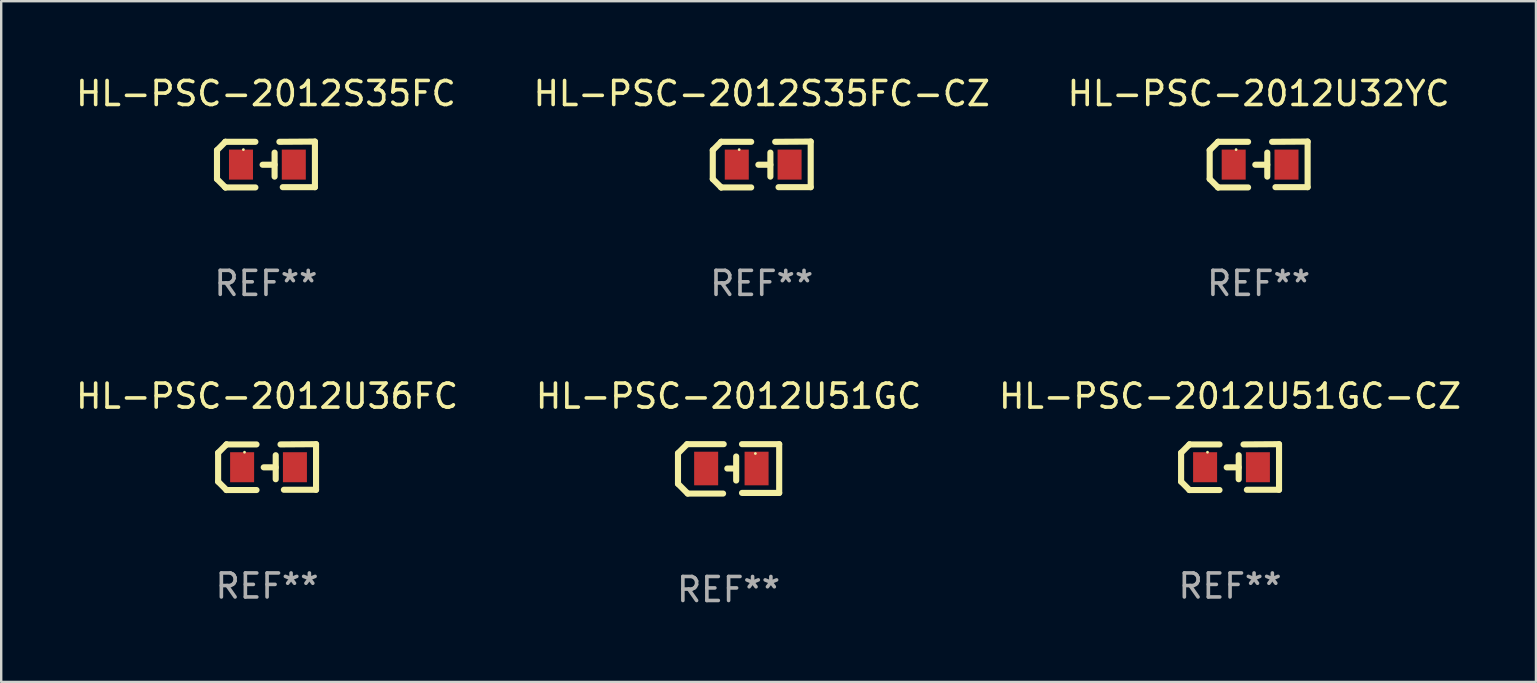
<source format=kicad_pcb>
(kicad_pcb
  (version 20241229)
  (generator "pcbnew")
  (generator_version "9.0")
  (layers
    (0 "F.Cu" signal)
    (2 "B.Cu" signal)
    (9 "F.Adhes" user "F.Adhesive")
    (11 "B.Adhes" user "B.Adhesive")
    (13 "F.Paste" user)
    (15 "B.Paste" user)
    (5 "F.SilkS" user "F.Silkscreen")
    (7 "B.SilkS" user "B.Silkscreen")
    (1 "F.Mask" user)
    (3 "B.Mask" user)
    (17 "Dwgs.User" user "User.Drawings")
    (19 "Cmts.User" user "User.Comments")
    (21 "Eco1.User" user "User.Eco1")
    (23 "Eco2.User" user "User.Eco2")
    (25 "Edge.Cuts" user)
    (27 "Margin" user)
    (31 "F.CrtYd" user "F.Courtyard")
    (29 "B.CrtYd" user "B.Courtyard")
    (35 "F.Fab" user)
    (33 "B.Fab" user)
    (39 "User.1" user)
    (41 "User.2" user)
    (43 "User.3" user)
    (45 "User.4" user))
  (footprint "HL-PSC-2012U36FC"
    (layer "F.Cu")
    (at 8.077 16.41)
    (property "Reference" "HL-PSC-2012U36FC" (at 0 -2.955 0) (layer "F.SilkS") (effects (font (size 1 1) (thickness 0.15))))
    (attr through_hole)
    (fp_line (start -2.04 -0.595) (end -2.04 0.605) (stroke (width 0.254) (type solid)) (layer "F.SilkS"))
    (fp_line (start -1.69 -0.945) (end -1.69 -0.945) (stroke (width 0.254) (type solid)) (layer "F.SilkS"))
    (fp_line (start -1.69 -0.945) (end -2.04 -0.595) (stroke (width 0.254) (type solid)) (layer "F.SilkS"))
    (fp_line (start -1.69 0.955) (end -2.04 0.605) (stroke (width 0.254) (type solid)) (layer "F.SilkS"))
    (fp_line (start -1.69 0.955) (end -1.69 0.955) (stroke (width 0.254) (type solid)) (layer "F.SilkS"))
    (fp_line (start -0.44 -0.945) (end -1.69 -0.945) (stroke (width 0.254) (type solid)) (layer "F.SilkS"))
    (fp_line (start -0.44 0.955) (end -1.69 0.955) (stroke (width 0.254) (type solid)) (layer "F.SilkS"))
    (fp_line (start 0.36 -0.495) (end 0.36 0.505) (stroke (width 0.254) (type solid)) (layer "F.SilkS"))
    (fp_line (start 0.36 0.01) (end -0.14 0.01) (stroke (width 0.254) (type solid)) (layer "F.SilkS"))
    (fp_line (start 0.56 -0.945) (end 2.04 -0.955) (stroke (width 0.254) (type solid)) (layer "F.SilkS"))
    (fp_line (start 0.7 0.945) (end 2.04 0.945) (stroke (width 0.254) (type solid)) (layer "F.SilkS"))
    (fp_line (start 2.04 -0.955) (end 2.04 0.945) (stroke (width 0.254) (type solid)) (layer "F.SilkS"))
    (fp_circle (center -0.94 -0.62) (end -0.91 -0.62) (stroke (width 0.06) (type solid)) (fill no) (layer "F.SilkS"))
    (fp_text user "REF**" (at 0 4.955 0) (layer "F.Fab") (effects (font (size 1 1) (thickness 0.15))))
    (pad "1" smd rect (at -1.04 0.005 180) (size 1 1.25) (layers "F.Cu" "F.Mask" "F.Paste"))
    (pad "2" smd rect (at 1.16 0.005 180) (size 1 1.25) (layers "F.Cu" "F.Mask" "F.Paste")))
  (footprint "HL-PSC-2012U51GC-CZ"
    (layer "F.Cu")
    (at 48.196 16.41)
    (property "Reference" "HL-PSC-2012U51GC-CZ" (at 0 -2.955 0) (layer "F.SilkS") (effects (font (size 1 1) (thickness 0.15))))
    (attr through_hole)
    (fp_line (start -2.04 -0.595) (end -2.04 0.605) (stroke (width 0.254) (type solid)) (layer "F.SilkS"))
    (fp_line (start -1.69 -0.945) (end -1.69 -0.945) (stroke (width 0.254) (type solid)) (layer "F.SilkS"))
    (fp_line (start -1.69 -0.945) (end -2.04 -0.595) (stroke (width 0.254) (type solid)) (layer "F.SilkS"))
    (fp_line (start -1.69 0.955) (end -2.04 0.605) (stroke (width 0.254) (type solid)) (layer "F.SilkS"))
    (fp_line (start -1.69 0.955) (end -1.69 0.955) (stroke (width 0.254) (type solid)) (layer "F.SilkS"))
    (fp_line (start -0.44 -0.945) (end -1.69 -0.945) (stroke (width 0.254) (type solid)) (layer "F.SilkS"))
    (fp_line (start -0.44 0.955) (end -1.69 0.955) (stroke (width 0.254) (type solid)) (layer "F.SilkS"))
    (fp_line (start 0.36 -0.495) (end 0.36 0.505) (stroke (width 0.254) (type solid)) (layer "F.SilkS"))
    (fp_line (start 0.36 0.01) (end -0.14 0.01) (stroke (width 0.254) (type solid)) (layer "F.SilkS"))
    (fp_line (start 0.56 -0.945) (end 2.04 -0.955) (stroke (width 0.254) (type solid)) (layer "F.SilkS"))
    (fp_line (start 0.7 0.945) (end 2.04 0.945) (stroke (width 0.254) (type solid)) (layer "F.SilkS"))
    (fp_line (start 2.04 -0.955) (end 2.04 0.945) (stroke (width 0.254) (type solid)) (layer "F.SilkS"))
    (fp_circle (center -0.94 -0.62) (end -0.91 -0.62) (stroke (width 0.06) (type solid)) (fill no) (layer "F.SilkS"))
    (fp_text user "REF**" (at 0 4.955 0) (layer "F.Fab") (effects (font (size 1 1) (thickness 0.15))))
    (pad "1" smd rect (at -1.04 0.005 180) (size 1 1.25) (layers "F.Cu" "F.Mask" "F.Paste"))
    (pad "2" smd rect (at 1.16 0.005 180) (size 1 1.25) (layers "F.Cu" "F.Mask" "F.Paste")))
  (footprint "HL-PSC-2012S35FC-CZ"
    (layer "F.Cu")
    (at 28.685 3.803)
    (property "Reference" "HL-PSC-2012S35FC-CZ" (at 0 -2.955 0) (layer "F.SilkS") (effects (font (size 1 1) (thickness 0.15))))
    (attr through_hole)
    (fp_line (start -2.04 -0.595) (end -2.04 0.605) (stroke (width 0.254) (type solid)) (layer "F.SilkS"))
    (fp_line (start -1.69 -0.945) (end -1.69 -0.945) (stroke (width 0.254) (type solid)) (layer "F.SilkS"))
    (fp_line (start -1.69 -0.945) (end -2.04 -0.595) (stroke (width 0.254) (type solid)) (layer "F.SilkS"))
    (fp_line (start -1.69 0.955) (end -2.04 0.605) (stroke (width 0.254) (type solid)) (layer "F.SilkS"))
    (fp_line (start -1.69 0.955) (end -1.69 0.955) (stroke (width 0.254) (type solid)) (layer "F.SilkS"))
    (fp_line (start -0.44 -0.945) (end -1.69 -0.945) (stroke (width 0.254) (type solid)) (layer "F.SilkS"))
    (fp_line (start -0.44 0.955) (end -1.69 0.955) (stroke (width 0.254) (type solid)) (layer "F.SilkS"))
    (fp_line (start 0.36 -0.495) (end 0.36 0.505) (stroke (width 0.254) (type solid)) (layer "F.SilkS"))
    (fp_line (start 0.36 0.01) (end -0.14 0.01) (stroke (width 0.254) (type solid)) (layer "F.SilkS"))
    (fp_line (start 0.56 -0.945) (end 2.04 -0.955) (stroke (width 0.254) (type solid)) (layer "F.SilkS"))
    (fp_line (start 0.7 0.945) (end 2.04 0.945) (stroke (width 0.254) (type solid)) (layer "F.SilkS"))
    (fp_line (start 2.04 -0.955) (end 2.04 0.945) (stroke (width 0.254) (type solid)) (layer "F.SilkS"))
    (fp_circle (center -0.94 -0.62) (end -0.91 -0.62) (stroke (width 0.06) (type solid)) (fill no) (layer "F.SilkS"))
    (fp_text user "REF**" (at 0 4.955 0) (layer "F.Fab") (effects (font (size 1 1) (thickness 0.15))))
    (pad "1" smd rect (at -1.04 0.005 180) (size 1 1.25) (layers "F.Cu" "F.Mask" "F.Paste"))
    (pad "2" smd rect (at 1.16 0.005 180) (size 1 1.25) (layers "F.Cu" "F.Mask" "F.Paste")))
  (footprint "HL-PSC-2012U51GC"
    (layer "F.Cu")
    (at 27.304 16.483)
    (property "Reference" "HL-PSC-2012U51GC" (at 0 -3.029 0) (layer "F.SilkS") (effects (font (size 1 1) (thickness 0.15))))
    (attr through_hole)
    (fp_line (start -2.108 -0.648) (end -1.727 -1.029) (stroke (width 0.254) (type solid)) (layer "F.SilkS"))
    (fp_line (start -2.108 0.622) (end -2.108 -0.648) (stroke (width 0.254) (type solid)) (layer "F.SilkS"))
    (fp_line (start -1.727 -1.029) (end -0.203 -1.029) (stroke (width 0.254) (type solid)) (layer "F.SilkS"))
    (fp_line (start -1.702 1.029) (end -2.108 0.622) (stroke (width 0.254) (type solid)) (layer "F.SilkS"))
    (fp_line (start -0.229 1.029) (end -1.702 1.029) (stroke (width 0.254) (type solid)) (layer "F.SilkS"))
    (fp_line (start 0.216 -0.014) (end -0.053 -0.014) (stroke (width 0.254) (type solid)) (layer "F.SilkS"))
    (fp_line (start 0.316 -0.514) (end 0.316 0.486) (stroke (width 0.254) (type solid)) (layer "F.SilkS"))
    (fp_line (start 0.559 1.003) (end 2.108 1.003) (stroke (width 0.254) (type solid)) (layer "F.SilkS"))
    (fp_line (start 2.108 -1.029) (end 0.559 -1.029) (stroke (width 0.254) (type solid)) (layer "F.SilkS"))
    (fp_line (start 2.108 1.003) (end 2.108 -1.029) (stroke (width 0.254) (type solid)) (layer "F.SilkS"))
    (fp_circle (center 1.116 -0.639) (end 1.146 -0.639) (stroke (width 0.06) (type solid)) (fill no) (layer "F.SilkS"))
    (fp_text user "REF**" (at 0 5.029 0) (layer "F.Fab") (effects (font (size 1 1) (thickness 0.15))))
    (pad "1" smd rect (at 1.166 -0.014 180) (size 1 1.4) (layers "F.Cu" "F.Mask" "F.Paste"))
    (pad "2" smd rect (at -0.935 -0.014 180) (size 1 1.4) (layers "F.Cu" "F.Mask" "F.Paste")))
  (footprint "HL-PSC-2012S35FC"
    (layer "F.Cu")
    (at 8.03 3.803)
    (property "Reference" "HL-PSC-2012S35FC" (at 0 -2.955 0) (layer "F.SilkS") (effects (font (size 1 1) (thickness 0.15))))
    (attr through_hole)
    (fp_line (start -2.04 -0.595) (end -2.04 0.605) (stroke (width 0.254) (type solid)) (layer "F.SilkS"))
    (fp_line (start -1.69 -0.945) (end -1.69 -0.945) (stroke (width 0.254) (type solid)) (layer "F.SilkS"))
    (fp_line (start -1.69 -0.945) (end -2.04 -0.595) (stroke (width 0.254) (type solid)) (layer "F.SilkS"))
    (fp_line (start -1.69 0.955) (end -2.04 0.605) (stroke (width 0.254) (type solid)) (layer "F.SilkS"))
    (fp_line (start -1.69 0.955) (end -1.69 0.955) (stroke (width 0.254) (type solid)) (layer "F.SilkS"))
    (fp_line (start -0.44 -0.945) (end -1.69 -0.945) (stroke (width 0.254) (type solid)) (layer "F.SilkS"))
    (fp_line (start -0.44 0.955) (end -1.69 0.955) (stroke (width 0.254) (type solid)) (layer "F.SilkS"))
    (fp_line (start 0.36 -0.495) (end 0.36 0.505) (stroke (width 0.254) (type solid)) (layer "F.SilkS"))
    (fp_line (start 0.36 0.01) (end -0.14 0.01) (stroke (width 0.254) (type solid)) (layer "F.SilkS"))
    (fp_line (start 0.56 -0.945) (end 2.04 -0.955) (stroke (width 0.254) (type solid)) (layer "F.SilkS"))
    (fp_line (start 0.7 0.945) (end 2.04 0.945) (stroke (width 0.254) (type solid)) (layer "F.SilkS"))
    (fp_line (start 2.04 -0.955) (end 2.04 0.945) (stroke (width 0.254) (type solid)) (layer "F.SilkS"))
    (fp_circle (center -0.94 -0.62) (end -0.91 -0.62) (stroke (width 0.06) (type solid)) (fill no) (layer "F.SilkS"))
    (fp_text user "REF**" (at 0 4.955 0) (layer "F.Fab") (effects (font (size 1 1) (thickness 0.15))))
    (pad "1" smd rect (at -1.04 0.005 180) (size 1 1.25) (layers "F.Cu" "F.Mask" "F.Paste"))
    (pad "2" smd rect (at 1.16 0.005 180) (size 1 1.25) (layers "F.Cu" "F.Mask" "F.Paste")))
  (footprint "HL-PSC-2012U32YC"
    (layer "F.Cu")
    (at 49.387 3.803)
    (property "Reference" "HL-PSC-2012U32YC" (at 0 -2.955 0) (layer "F.SilkS") (effects (font (size 1 1) (thickness 0.15))))
    (attr through_hole)
    (fp_line (start -2.04 -0.595) (end -2.04 0.605) (stroke (width 0.254) (type solid)) (layer "F.SilkS"))
    (fp_line (start -1.69 -0.945) (end -1.69 -0.945) (stroke (width 0.254) (type solid)) (layer "F.SilkS"))
    (fp_line (start -1.69 -0.945) (end -2.04 -0.595) (stroke (width 0.254) (type solid)) (layer "F.SilkS"))
    (fp_line (start -1.69 0.955) (end -2.04 0.605) (stroke (width 0.254) (type solid)) (layer "F.SilkS"))
    (fp_line (start -1.69 0.955) (end -1.69 0.955) (stroke (width 0.254) (type solid)) (layer "F.SilkS"))
    (fp_line (start -0.44 -0.945) (end -1.69 -0.945) (stroke (width 0.254) (type solid)) (layer "F.SilkS"))
    (fp_line (start -0.44 0.955) (end -1.69 0.955) (stroke (width 0.254) (type solid)) (layer "F.SilkS"))
    (fp_line (start 0.36 -0.495) (end 0.36 0.505) (stroke (width 0.254) (type solid)) (layer "F.SilkS"))
    (fp_line (start 0.36 0.01) (end -0.14 0.01) (stroke (width 0.254) (type solid)) (layer "F.SilkS"))
    (fp_line (start 0.56 -0.945) (end 2.04 -0.955) (stroke (width 0.254) (type solid)) (layer "F.SilkS"))
    (fp_line (start 0.7 0.945) (end 2.04 0.945) (stroke (width 0.254) (type solid)) (layer "F.SilkS"))
    (fp_line (start 2.04 -0.955) (end 2.04 0.945) (stroke (width 0.254) (type solid)) (layer "F.SilkS"))
    (fp_circle (center -0.94 -0.62) (end -0.91 -0.62) (stroke (width 0.06) (type solid)) (fill no) (layer "F.SilkS"))
    (fp_text user "REF**" (at 0 4.955 0) (layer "F.Fab") (effects (font (size 1 1) (thickness 0.15))))
    (pad "1" smd rect (at -1.04 0.005 180) (size 1 1.25) (layers "F.Cu" "F.Mask" "F.Paste"))
    (pad "2" smd rect (at 1.16 0.005 180) (size 1 1.25) (layers "F.Cu" "F.Mask" "F.Paste")))
  (gr_rect
    (start -3 -3)
    (end 60.94 25.36)
    (stroke (width 0.1) (type default))
    (fill no)
    (layer "Edge.Cuts")))
</source>
